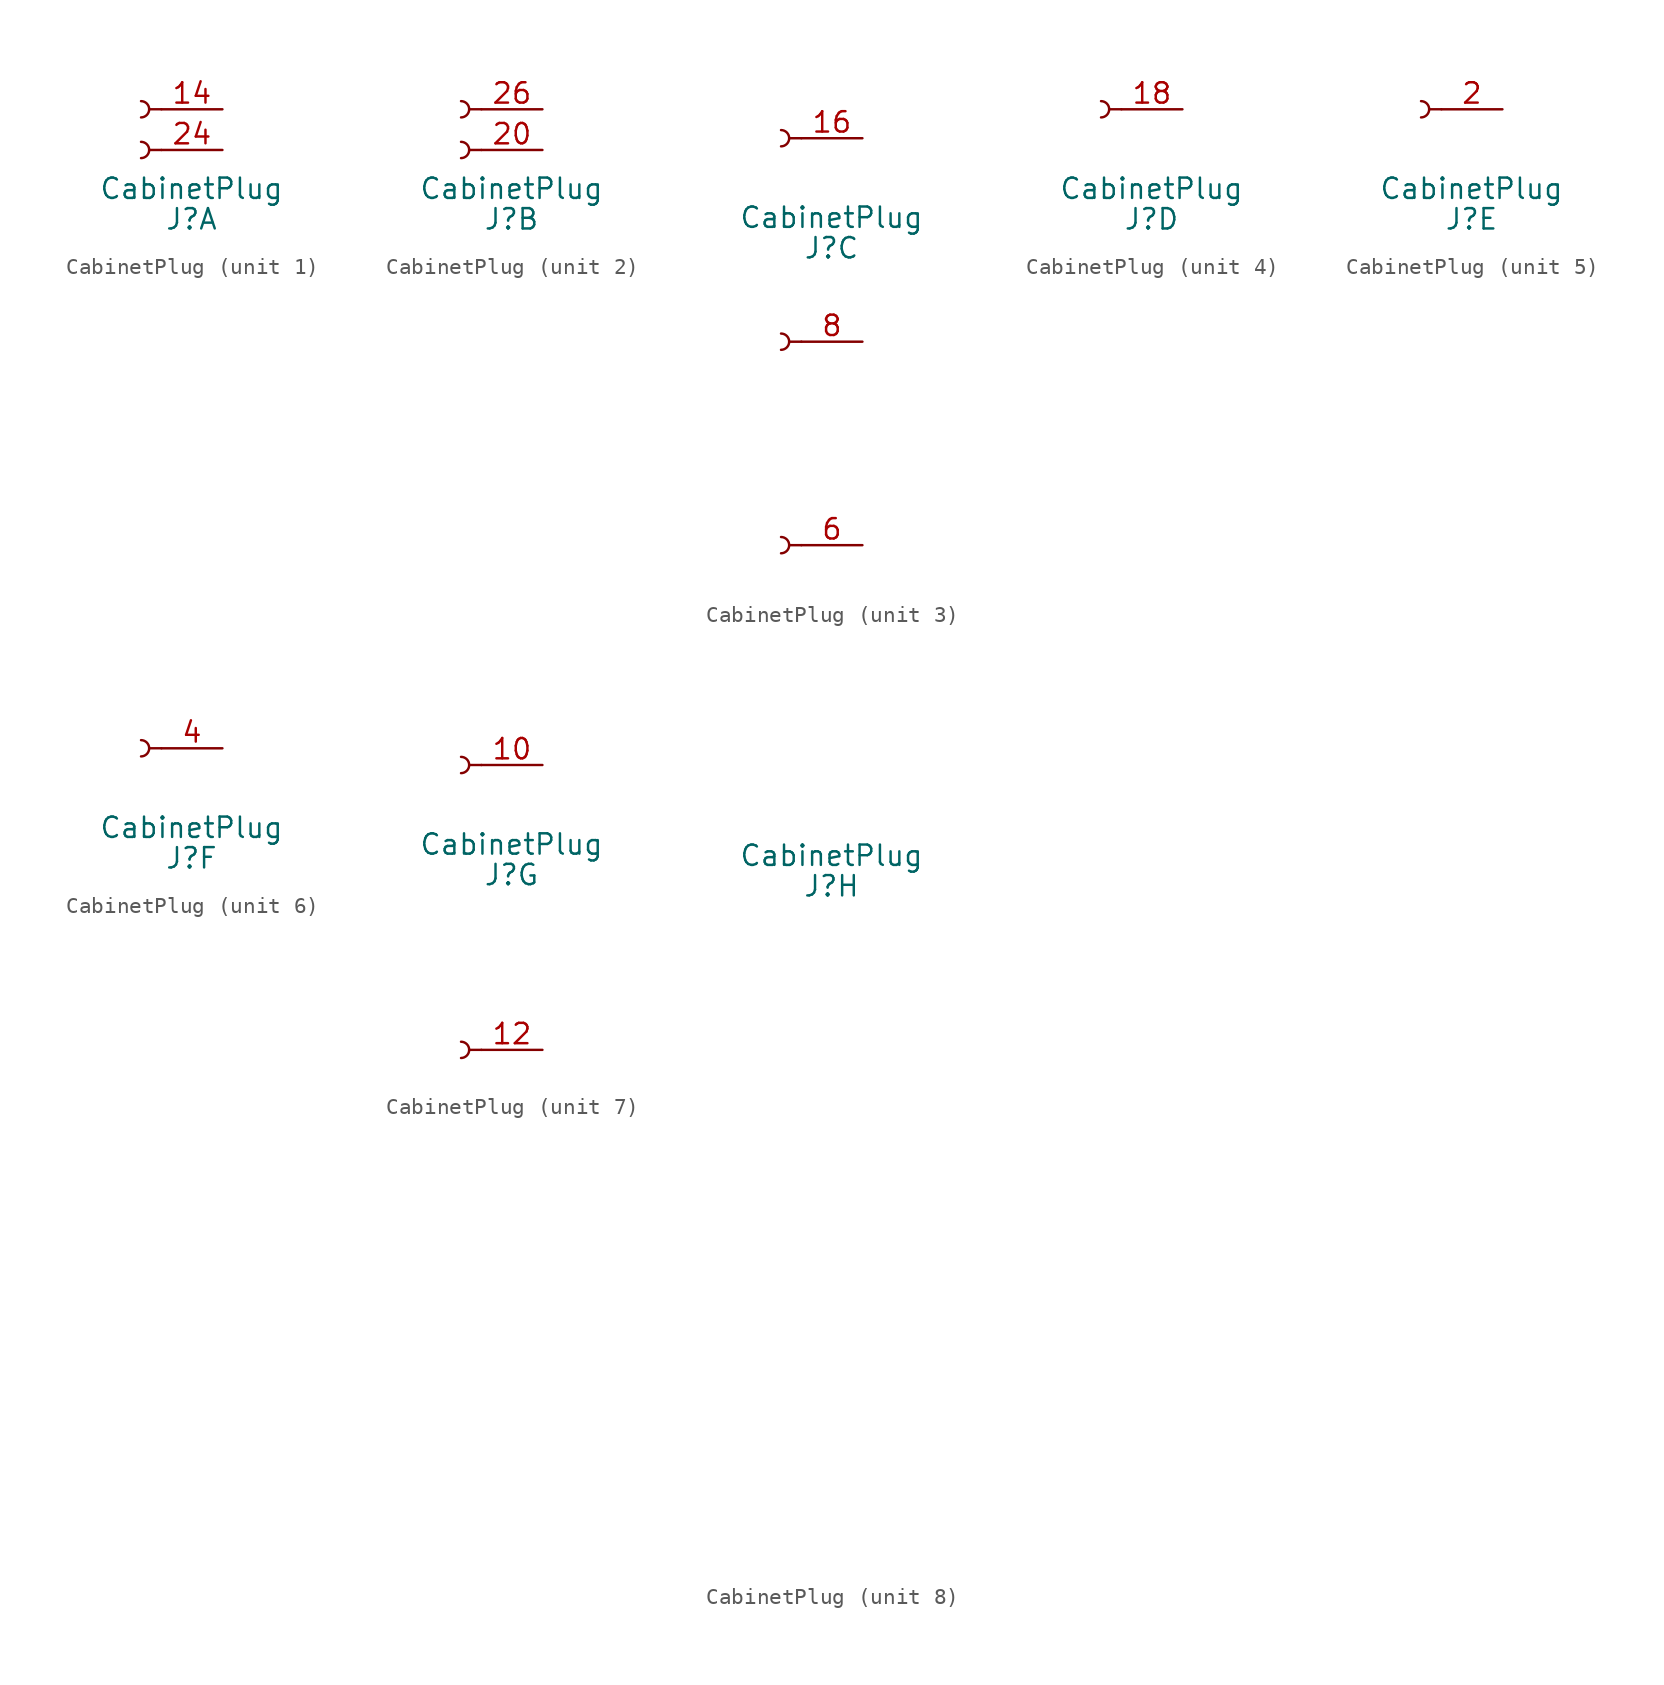
<source format=kicad_sym>
(kicad_symbol_lib
  (version 20211014)
  (generator kicad_symbol_editor)
  (symbol "CabinetPlug"
    (pin_names
      (offset 1.016) hide)
    (property "Reference" "J"
      (at -1.93 -6.858 0)
      (effects (font (size 1.27 1.27))))
    (property "Value" "CabinetPlug"
      (at -1.93 -4.953 0)
      (effects (font (size 1.27 1.27))))
    (property "ki_locked" ""
      (at 0 0 0)
      (effects (font (size 1.27 1.27))))
    (symbol "CabinetPlug_1_1"
      (arc (start -5.08 -3.048) (mid -4.572 -2.54) (end -5.08 -2.032) (stroke (width 0.1524) (type default) (color 0 0 0 0)) (fill (type none)))
      (arc (start -5.08 -0.508) (mid -4.572 0) (end -5.08 0.508) (stroke (width 0.1524) (type default) (color 0 0 0 0)) (fill (type none)))
      (polyline (pts (xy -3.81 -2.54) (xy -4.572 -2.54)) (stroke (width 0.152) (type default) (color 0 0 0 0)) (fill (type none)))
      (polyline (pts (xy -3.81 0) (xy -4.572 0)) (stroke (width 0.152) (type default) (color 0 0 0 0)) (fill (type none)))
      (pin passive line (at 0 0 180) (length 3.81) (name "Pin_14" (effects (font (size 1.27 1.27)))) (number "14" (effects (font (size 1.27 1.27)))))
      (pin passive line (at 0 -2.54 180) (length 3.81) (name "Pin_24" (effects (font (size 1.27 1.27)))) (number "24" (effects (font (size 1.27 1.27))))))
    (symbol "CabinetPlug_2_1"
      (arc (start -5.08 -3.048) (mid -4.572 -2.54) (end -5.08 -2.032) (stroke (width 0.1524) (type default) (color 0 0 0 0)) (fill (type none)))
      (arc (start -5.08 -0.508) (mid -4.572 0) (end -5.08 0.508) (stroke (width 0.1524) (type default) (color 0 0 0 0)) (fill (type none)))
      (polyline (pts (xy -3.81 -2.54) (xy -4.572 -2.54)) (stroke (width 0.152) (type default) (color 0 0 0 0)) (fill (type none)))
      (polyline (pts (xy -3.81 0) (xy -4.572 0)) (stroke (width 0.152) (type default) (color 0 0 0 0)) (fill (type none)))
      (pin passive line (at 0 -2.54 180) (length 3.81) (name "Pin_20" (effects (font (size 1.27 1.27)))) (number "20" (effects (font (size 1.27 1.27)))))
      (pin passive line (at 0 0 180) (length 3.81) (name "Pin_26" (effects (font (size 1.27 1.27)))) (number "26" (effects (font (size 1.27 1.27))))))
    (symbol "CabinetPlug_3_1"
      (arc (start -5.08 -25.908) (mid -4.572 -25.4) (end -5.08 -24.892) (stroke (width 0.1524) (type default) (color 0 0 0 0)) (fill (type none)))
      (arc (start -5.08 -13.208) (mid -4.572 -12.7) (end -5.08 -12.192) (stroke (width 0.1524) (type default) (color 0 0 0 0)) (fill (type none)))
      (arc (start -5.08 -0.508) (mid -4.572 0) (end -5.08 0.508) (stroke (width 0.1524) (type default) (color 0 0 0 0)) (fill (type none)))
      (polyline (pts (xy -3.81 -25.4) (xy -4.572 -25.4)) (stroke (width 0.152) (type default) (color 0 0 0 0)) (fill (type none)))
      (polyline (pts (xy -3.81 -12.7) (xy -4.572 -12.7)) (stroke (width 0.152) (type default) (color 0 0 0 0)) (fill (type none)))
      (polyline (pts (xy -3.81 0) (xy -4.572 0)) (stroke (width 0.152) (type default) (color 0 0 0 0)) (fill (type none)))
      (pin passive line (at 0 0 180) (length 3.81) (name "Pin_16" (effects (font (size 1.27 1.27)))) (number "16" (effects (font (size 1.27 1.27)))))
      (pin passive line (at 0 -25.4 180) (length 3.81) (name "Pin_6" (effects (font (size 1.27 1.27)))) (number "6" (effects (font (size 1.27 1.27)))))
      (pin passive line (at 0 -12.7 180) (length 3.81) (name "Pin_8" (effects (font (size 1.27 1.27)))) (number "8" (effects (font (size 1.27 1.27))))))
    (symbol "CabinetPlug_4_1"
      (arc (start -5.08 -0.508) (mid -4.572 0) (end -5.08 0.508) (stroke (width 0.1524) (type default) (color 0 0 0 0)) (fill (type none)))
      (polyline (pts (xy -3.81 0) (xy -4.572 0)) (stroke (width 0.152) (type default) (color 0 0 0 0)) (fill (type none)))
      (pin passive line (at 0 0 180) (length 3.81) (name "Pin_18" (effects (font (size 1.27 1.27)))) (number "18" (effects (font (size 1.27 1.27))))))
    (symbol "CabinetPlug_5_1"
      (arc (start -5.08 -0.508) (mid -4.572 0) (end -5.08 0.508) (stroke (width 0.1524) (type default) (color 0 0 0 0)) (fill (type none)))
      (polyline (pts (xy -3.81 0) (xy -4.572 0)) (stroke (width 0.152) (type default) (color 0 0 0 0)) (fill (type none)))
      (pin passive line (at 0 0 180) (length 3.81) (name "Pin_2" (effects (font (size 1.27 1.27)))) (number "2" (effects (font (size 1.27 1.27))))))
    (symbol "CabinetPlug_6_1"
      (arc (start -5.08 -0.508) (mid -4.572 0) (end -5.08 0.508) (stroke (width 0.1524) (type default) (color 0 0 0 0)) (fill (type none)))
      (polyline (pts (xy -3.81 0) (xy -4.572 0)) (stroke (width 0.152) (type default) (color 0 0 0 0)) (fill (type none)))
      (pin passive line (at 0 0 180) (length 3.81) (name "Pin_4" (effects (font (size 1.27 1.27)))) (number "4" (effects (font (size 1.27 1.27))))))
    (symbol "CabinetPlug_7_1"
      (arc (start -5.08 -18.288) (mid -4.572 -17.78) (end -5.08 -17.272) (stroke (width 0.1524) (type default) (color 0 0 0 0)) (fill (type none)))
      (arc (start -5.08 -0.508) (mid -4.572 0) (end -5.08 0.508) (stroke (width 0.1524) (type default) (color 0 0 0 0)) (fill (type none)))
      (polyline (pts (xy -3.81 -17.78) (xy -4.572 -17.78)) (stroke (width 0.152) (type default) (color 0 0 0 0)) (fill (type none)))
      (polyline (pts (xy -3.81 0) (xy -4.572 0)) (stroke (width 0.152) (type default) (color 0 0 0 0)) (fill (type none)))
      (pin passive line (at 0 0 180) (length 3.81) (name "Pin_10" (effects (font (size 1.27 1.27)))) (number "10" (effects (font (size 1.27 1.27)))))
      (pin passive line (at 0 -17.78 180) (length 3.81) (name "Pin_12" (effects (font (size 1.27 1.27)))) (number "12" (effects (font (size 1.27 1.27))))))
    (symbol "CabinetPlug_8_1"
      (pin no_connect line (at 0 0 0) (length 3.81) hide (name "Pin_1" (effects (font (size 1.27 1.27)))) (number "1" (effects (font (size 1.27 1.27)))))
      (pin no_connect line (at 0 -12.7 0) (length 3.81) hide (name "Pin_11" (effects (font (size 1.27 1.27)))) (number "11" (effects (font (size 1.27 1.27)))))
      (pin no_connect line (at 0 -15.24 0) (length 3.81) hide (name "Pin_13" (effects (font (size 1.27 1.27)))) (number "13" (effects (font (size 1.27 1.27)))))
      (pin no_connect line (at 0 -17.78 0) (length 3.81) hide (name "Pin_15" (effects (font (size 1.27 1.27)))) (number "15" (effects (font (size 1.27 1.27)))))
      (pin no_connect line (at 0 -20.32 0) (length 3.81) hide (name "Pin_17" (effects (font (size 1.27 1.27)))) (number "17" (effects (font (size 1.27 1.27)))))
      (pin no_connect line (at 0 -22.86 0) (length 3.81) hide (name "Pin_19" (effects (font (size 1.27 1.27)))) (number "19" (effects (font (size 1.27 1.27)))))
      (pin no_connect line (at 0 -25.4 0) (length 3.81) hide (name "Pin_21" (effects (font (size 1.27 1.27)))) (number "21" (effects (font (size 1.27 1.27)))))
      (pin no_connect line (at 0 -27.94 0) (length 3.81) hide (name "Pin_22" (effects (font (size 1.27 1.27)))) (number "22" (effects (font (size 1.27 1.27)))))
      (pin no_connect line (at 0 -30.48 0) (length 3.81) hide (name "Pin_23" (effects (font (size 1.27 1.27)))) (number "23" (effects (font (size 1.27 1.27)))))
      (pin no_connect line (at 0 -33.02 0) (length 3.81) hide (name "Pin_25" (effects (font (size 1.27 1.27)))) (number "25" (effects (font (size 1.27 1.27)))))
      (pin no_connect line (at 0 -35.56 0) (length 3.81) hide (name "Pin_27" (effects (font (size 1.27 1.27)))) (number "27" (effects (font (size 1.27 1.27)))))
      (pin no_connect line (at 0 -38.1 0) (length 3.81) hide (name "Pin_28" (effects (font (size 1.27 1.27)))) (number "28" (effects (font (size 1.27 1.27)))))
      (pin no_connect line (at 0 -40.64 0) (length 3.81) hide (name "Pin_29" (effects (font (size 1.27 1.27)))) (number "29" (effects (font (size 1.27 1.27)))))
      (pin no_connect line (at 0 -2.54 0) (length 3.81) hide (name "Pin_3" (effects (font (size 1.27 1.27)))) (number "3" (effects (font (size 1.27 1.27)))))
      (pin no_connect line (at 0 -43.18 0) (length 3.81) hide (name "Pin_30" (effects (font (size 1.27 1.27)))) (number "30" (effects (font (size 1.27 1.27)))))
      (pin no_connect line (at 0 -45.72 0) (length 3.81) hide (name "Pin_31" (effects (font (size 1.27 1.27)))) (number "31" (effects (font (size 1.27 1.27)))))
      (pin no_connect line (at 0 -5.08 0) (length 3.81) hide (name "Pin_5" (effects (font (size 1.27 1.27)))) (number "5" (effects (font (size 1.27 1.27)))))
      (pin no_connect line (at 0 -7.62 0) (length 3.81) hide (name "Pin_7" (effects (font (size 1.27 1.27)))) (number "7" (effects (font (size 1.27 1.27)))))
      (pin no_connect line (at 0 -10.16 0) (length 3.81) hide (name "Pin_9" (effects (font (size 1.27 1.27)))) (number "9" (effects (font (size 1.27 1.27))))))))
</source>
